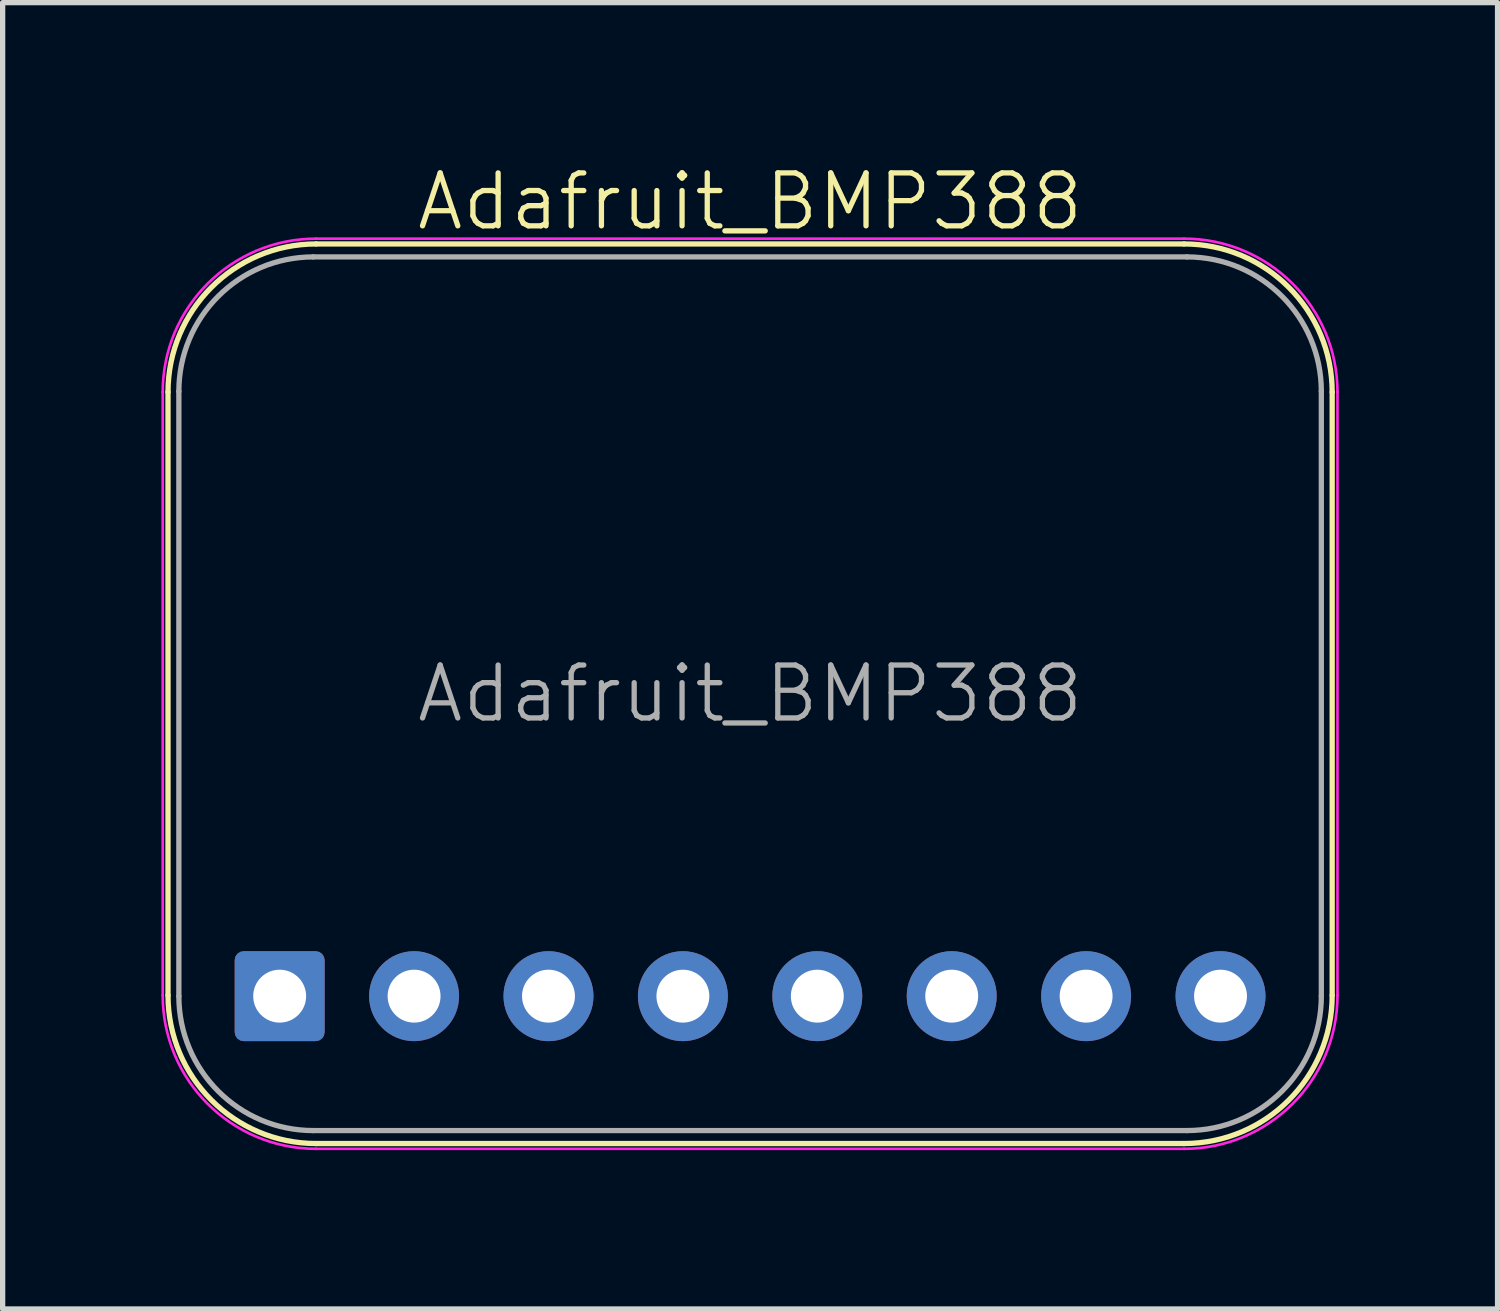
<source format=kicad_pcb>
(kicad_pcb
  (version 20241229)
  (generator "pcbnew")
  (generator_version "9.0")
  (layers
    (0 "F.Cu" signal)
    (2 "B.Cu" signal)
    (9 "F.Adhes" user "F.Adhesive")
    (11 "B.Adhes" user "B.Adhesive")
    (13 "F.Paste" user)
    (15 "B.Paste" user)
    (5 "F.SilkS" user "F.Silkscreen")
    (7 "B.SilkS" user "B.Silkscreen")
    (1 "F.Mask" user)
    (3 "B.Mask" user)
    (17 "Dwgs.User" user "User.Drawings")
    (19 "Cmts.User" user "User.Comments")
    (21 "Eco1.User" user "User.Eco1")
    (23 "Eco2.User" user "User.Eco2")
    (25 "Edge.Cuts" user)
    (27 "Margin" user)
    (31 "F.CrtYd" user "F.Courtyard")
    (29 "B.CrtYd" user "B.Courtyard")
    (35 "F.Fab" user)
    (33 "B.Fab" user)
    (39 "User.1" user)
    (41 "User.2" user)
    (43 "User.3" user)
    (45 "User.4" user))
  (footprint "Adafruit_BMP388"
    (layer "F.Cu")
    (at 11.125 10.06)
    (property "Reference" "Adafruit_BMP388" (at 0 -9.3 0) (unlocked yes) (layer "F.SilkS") (effects (font (size 1 1) (thickness 0.1))))
    (attr through_hole)
    (fp_line (start -11 -5.7) (end -11 5.7) (stroke (width 0.1) (type default)) (layer "F.SilkS"))
    (fp_line (start -8.2 -8.5) (end 8.2 -8.5) (stroke (width 0.1) (type default)) (layer "F.SilkS"))
    (fp_line (start -8.2 8.5) (end 8.2 8.5) (stroke (width 0.1) (type default)) (layer "F.SilkS"))
    (fp_line (start 11 5.7) (end 11 -5.7) (stroke (width 0.1) (type default)) (layer "F.SilkS"))
    (fp_arc (start -11 -5.7) (mid -10.179899 -7.679899) (end -8.2 -8.5) (stroke (width 0.1) (type default)) (layer "F.SilkS"))
    (fp_arc (start -8.2 8.5) (mid -10.179899 7.679899) (end -11 5.7) (stroke (width 0.1) (type default)) (layer "F.SilkS"))
    (fp_arc (start 8.2 -8.5) (mid 10.179899 -7.679899) (end 11 -5.7) (stroke (width 0.1) (type default)) (layer "F.SilkS"))
    (fp_arc (start 11 5.7) (mid 10.179899 7.679899) (end 8.2 8.5) (stroke (width 0.1) (type default)) (layer "F.SilkS"))
    (fp_line (start -11.1 -5.7) (end -11.1 5.7) (stroke (width 0.05) (type default)) (layer "F.CrtYd"))
    (fp_line (start -8.2 -8.6) (end 8.2 -8.6) (stroke (width 0.05) (type default)) (layer "F.CrtYd"))
    (fp_line (start -8.2 8.6) (end 8.2 8.6) (stroke (width 0.05) (type default)) (layer "F.CrtYd"))
    (fp_line (start 11.1 -5.7) (end 11.1 5.7) (stroke (width 0.05) (type default)) (layer "F.CrtYd"))
    (fp_arc (start -11.1 -5.7) (mid -10.25061 -7.75061) (end -8.2 -8.6) (stroke (width 0.05) (type default)) (layer "F.CrtYd"))
    (fp_arc (start -8.2 8.6) (mid -10.25061 7.75061) (end -11.1 5.7) (stroke (width 0.05) (type default)) (layer "F.CrtYd"))
    (fp_arc (start 8.2 -8.6) (mid 10.25061 -7.75061) (end 11.1 -5.7) (stroke (width 0.05) (type default)) (layer "F.CrtYd"))
    (fp_arc (start 11.1 5.7) (mid 10.25061 7.75061) (end 8.2 8.6) (stroke (width 0.05) (type default)) (layer "F.CrtYd"))
    (fp_line (start -10.795 -5.715) (end -10.795 5.715) (stroke (width 0.1) (type default)) (layer "F.Fab"))
    (fp_line (start -8.255 -8.255) (end 8.255 -8.255) (stroke (width 0.1) (type default)) (layer "F.Fab"))
    (fp_line (start -8.255 8.255) (end 8.255 8.255) (stroke (width 0.1) (type default)) (layer "F.Fab"))
    (fp_line (start 10.795 -5.715) (end 10.795 5.715) (stroke (width 0.1) (type default)) (layer "F.Fab"))
    (fp_arc (start -10.795 -5.715) (mid -10.051051 -7.511051) (end -8.255 -8.255) (stroke (width 0.1) (type default)) (layer "F.Fab"))
    (fp_arc (start -8.255 8.255) (mid -10.051051 7.511051) (end -10.795 5.715) (stroke (width 0.1) (type default)) (layer "F.Fab"))
    (fp_arc (start 8.255 -8.255) (mid 10.051051 -7.511051) (end 10.795 -5.715) (stroke (width 0.1) (type default)) (layer "F.Fab"))
    (fp_arc (start 10.795 5.715) (mid 10.051051 7.511051) (end 8.255 8.255) (stroke (width 0.1) (type default)) (layer "F.Fab"))
    (fp_text user "${REFERENCE}" (at 0 0 0) (unlocked yes) (layer "F.Fab") (effects (font (size 1 1) (thickness 0.1))))
    (pad "1" thru_hole roundrect (at -8.89 5.715) (size 1.7 1.7) (drill 1) (layers "*.Cu" "*.Mask") (roundrect_rratio 0.1))
    (pad "2" thru_hole circle (at -6.35 5.715) (size 1.7 1.7) (drill 1) (layers "*.Cu" "*.Mask"))
    (pad "3" thru_hole circle (at -3.81 5.715) (size 1.7 1.7) (drill 1) (layers "*.Cu" "*.Mask"))
    (pad "4" thru_hole circle (at -1.27 5.715) (size 1.7 1.7) (drill 1) (layers "*.Cu" "*.Mask"))
    (pad "5" thru_hole circle (at 1.27 5.715) (size 1.7 1.7) (drill 1) (layers "*.Cu" "*.Mask"))
    (pad "6" thru_hole circle (at 3.81 5.715) (size 1.7 1.7) (drill 1) (layers "*.Cu" "*.Mask"))
    (pad "7" thru_hole circle (at 6.35 5.715) (size 1.7 1.7) (drill 1) (layers "*.Cu" "*.Mask"))
    (pad "8" thru_hole circle (at 8.89 5.715) (size 1.7 1.7) (drill 1) (layers "*.Cu" "*.Mask")))
  (gr_rect
    (start -3 -3)
    (end 25.25 21.686)
    (stroke (width 0.1) (type default))
    (fill no)
    (layer "Edge.Cuts")))
</source>
